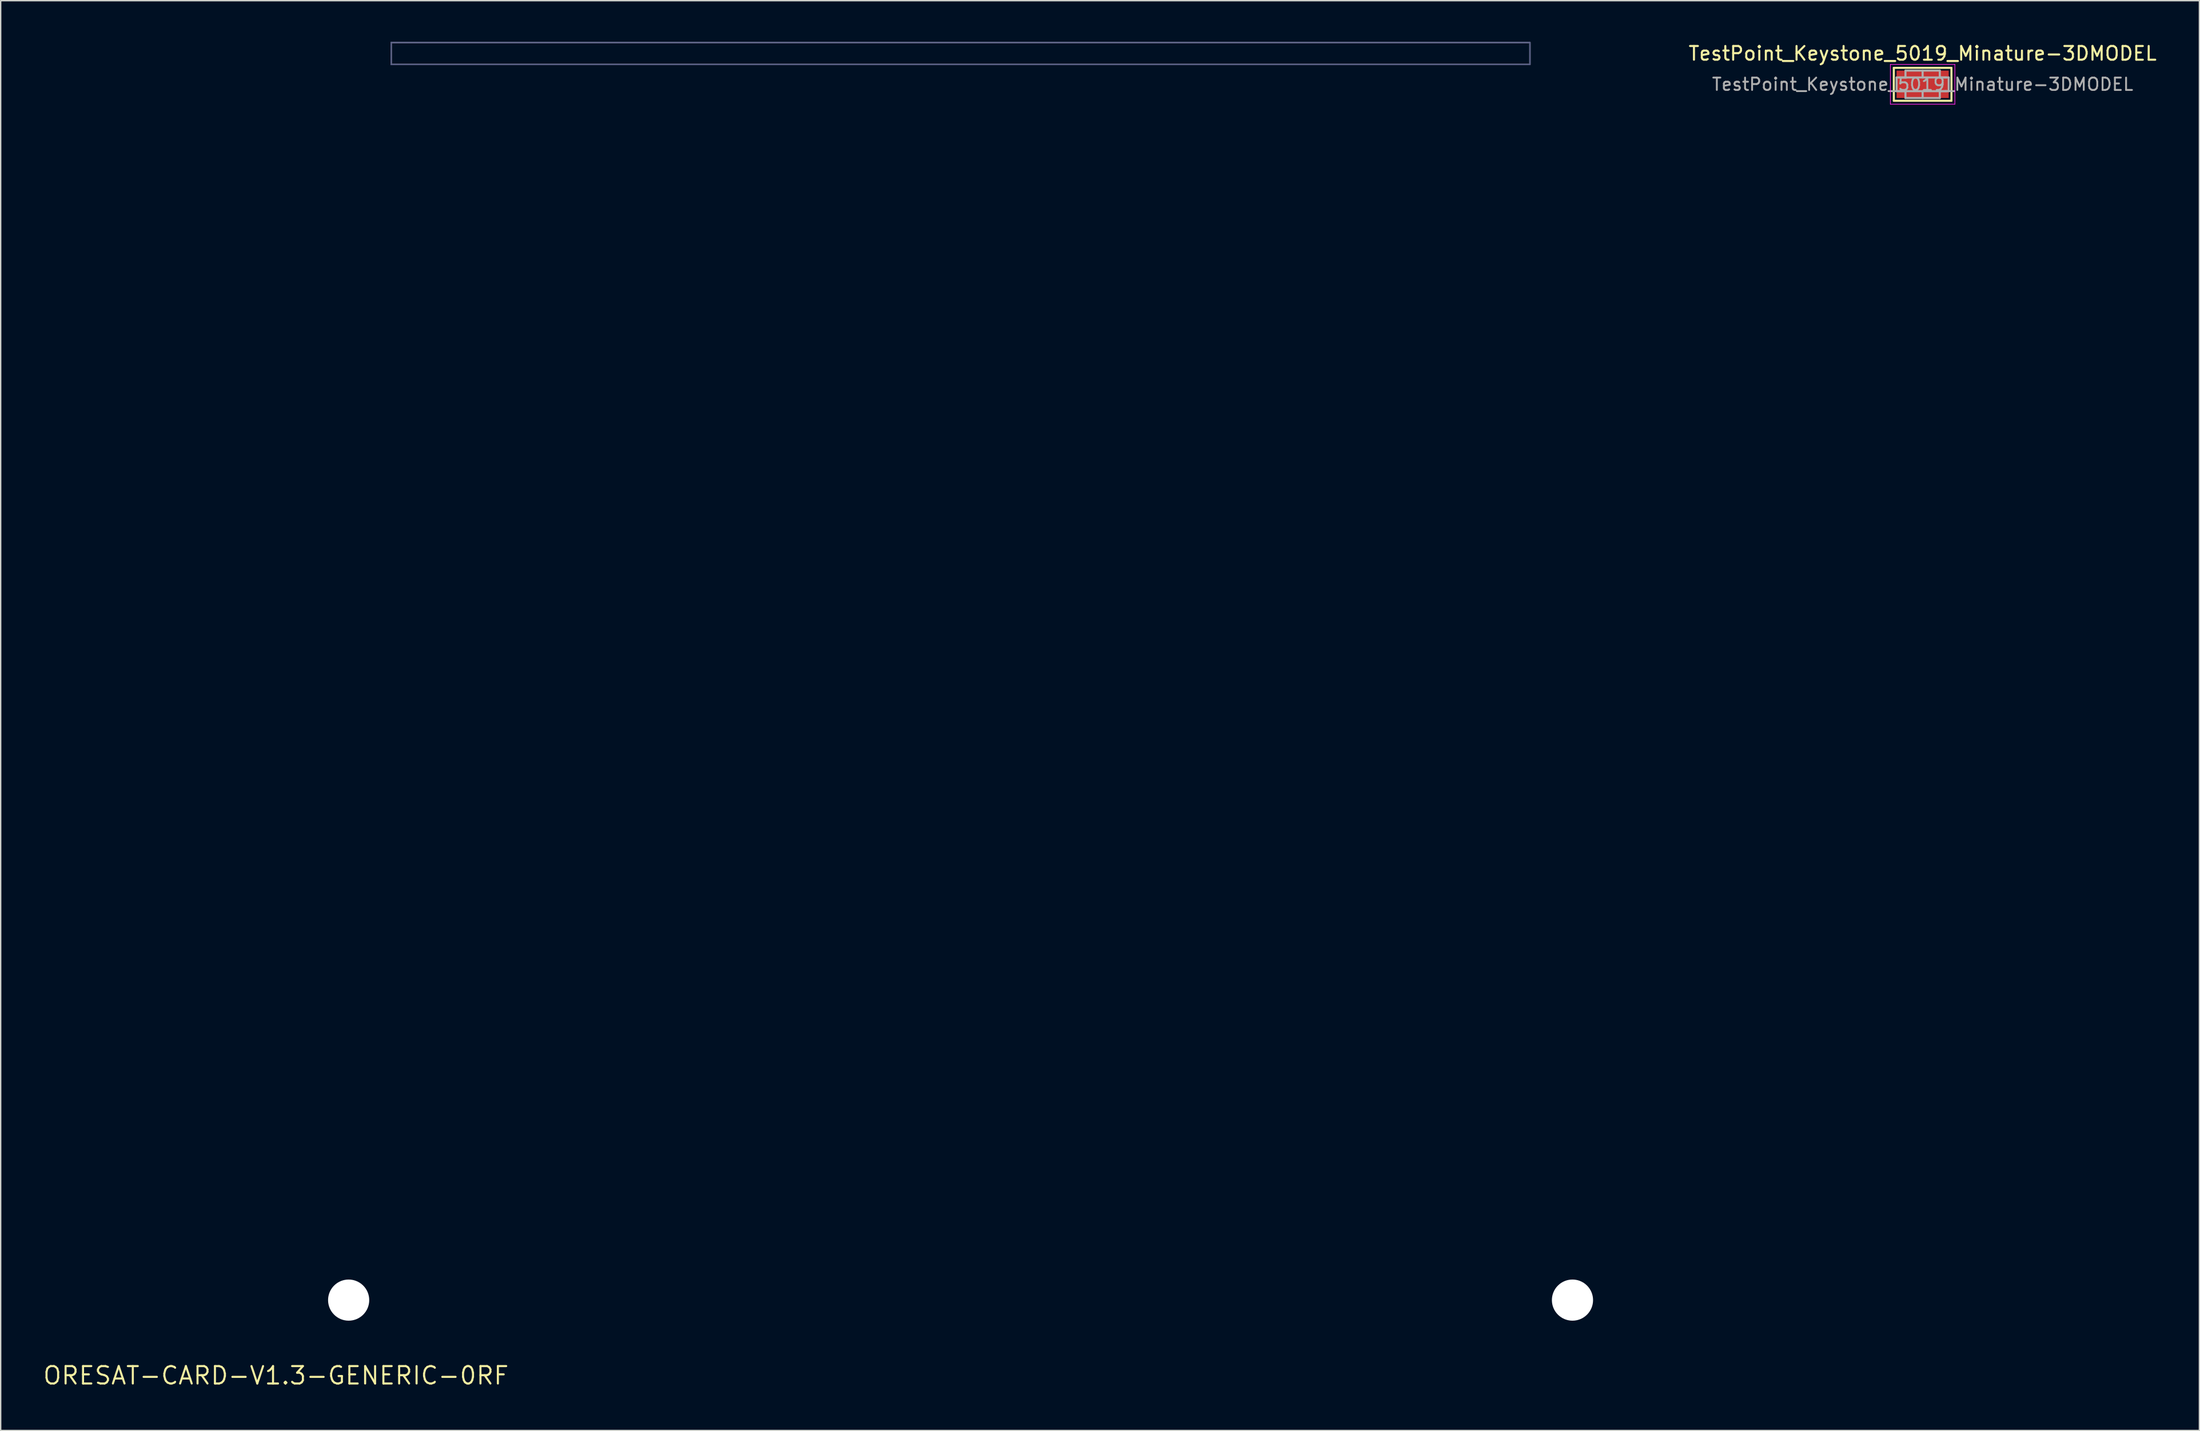
<source format=kicad_pcb>
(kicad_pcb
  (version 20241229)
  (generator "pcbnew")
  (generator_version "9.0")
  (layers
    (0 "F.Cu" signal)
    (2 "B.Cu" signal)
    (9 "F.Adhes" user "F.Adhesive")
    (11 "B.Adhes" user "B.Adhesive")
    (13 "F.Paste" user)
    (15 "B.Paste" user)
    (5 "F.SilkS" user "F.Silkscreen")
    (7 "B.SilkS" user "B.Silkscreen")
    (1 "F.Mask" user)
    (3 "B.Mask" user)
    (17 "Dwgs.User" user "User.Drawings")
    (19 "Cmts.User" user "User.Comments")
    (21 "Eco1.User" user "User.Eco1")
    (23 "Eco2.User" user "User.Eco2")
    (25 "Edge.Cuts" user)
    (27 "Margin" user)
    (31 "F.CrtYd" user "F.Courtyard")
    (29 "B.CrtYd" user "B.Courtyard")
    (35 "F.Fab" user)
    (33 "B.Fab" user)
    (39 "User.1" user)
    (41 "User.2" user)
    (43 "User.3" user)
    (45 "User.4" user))
  (footprint "ORESAT-CARD-V1.3-GENERIC-0RF"
    (layer "F.Cu")
    (at 17.062 97.25)
    (property "Reference" "ORESAT-CARD-V1.3-GENERIC-0RF" (at 0 0 0) (layer "F.SilkS") (effects (font (size 1.27 1.27) (thickness 0.15))))
    (fp_poly (pts (xy 2.75 -8.55) (xy 0.497 -8.55) (xy 0.358 -8.568) (xy 0.225 -8.623) (xy 0.111 -8.711) (xy 0.021 -8.827) (xy -0.05 -9.093) (xy -0.05 -88.821) (xy 2.75 -91.621)) (stroke (width 0) (type solid)) (fill yes) (layer "F.Mask"))
    (fp_poly (pts (xy 99.85 -88.822) (xy 99.85 -9.097) (xy 99.832 -8.958) (xy 99.777 -8.825) (xy 99.689 -8.711) (xy 99.575 -8.623) (xy 99.442 -8.568) (xy 99.303 -8.55) (xy 97.05 -8.55) (xy 97.05 -91.414)) (stroke (width 0) (type solid)) (fill yes) (layer "F.Mask"))
    (fp_poly (pts (xy 84.35 -0.497) (xy 84.332 -0.358) (xy 84.277 -0.225) (xy 84.189 -0.111) (xy 84.075 -0.023) (xy 83.942 0.032) (xy 83.803 0.05) (xy 15.997 0.05) (xy 15.858 0.032) (xy 15.725 -0.023) (xy 15.611 -0.111) (xy 15.521 -0.227) (xy 15.45 -0.493) (xy 15.45 -2.65) (xy 84.35 -2.65)) (stroke (width 0) (type solid)) (fill yes) (layer "F.Mask"))
    (fp_poly (pts (xy 2.75 -8.55) (xy 0.497 -8.55) (xy 0.358 -8.568) (xy 0.225 -8.623) (xy 0.111 -8.711) (xy 0.021 -8.827) (xy -0.05 -9.093) (xy -0.05 -88.821) (xy 2.75 -91.621)) (stroke (width 0) (type solid)) (fill yes) (layer "B.Mask"))
    (fp_poly (pts (xy 99.85 -88.822) (xy 99.85 -9.097) (xy 99.832 -8.958) (xy 99.777 -8.825) (xy 99.689 -8.711) (xy 99.575 -8.623) (xy 99.442 -8.568) (xy 99.303 -8.55) (xy 97.05 -8.55) (xy 97.05 -91.414)) (stroke (width 0) (type solid)) (fill yes) (layer "B.Mask"))
    (fp_poly (pts (xy 84.35 -0.497) (xy 84.332 -0.358) (xy 84.277 -0.225) (xy 84.189 -0.111) (xy 84.075 -0.023) (xy 83.942 0.032) (xy 83.803 0.05) (xy 15.997 0.05) (xy 15.858 0.032) (xy 15.725 -0.023) (xy 15.611 -0.111) (xy 15.521 -0.227) (xy 15.45 -0.493) (xy 15.45 -2.65) (xy 84.35 -2.65)) (stroke (width 0) (type solid)) (fill yes) (layer "B.Mask"))
    (fp_line (start 0 -88.8) (end 0 -9.1) (stroke (width 0.001) (type solid)) (layer "Cmts.User"))
    (fp_line (start 0.5 -8.6) (end 2.25 -8.6) (stroke (width 0.001) (type solid)) (layer "Cmts.User"))
    (fp_line (start 2.5 -91.3) (end 2.5 -8.6) (stroke (width 0.001) (type solid)) (layer "Cmts.User"))
    (fp_line (start 2.75 -8.1) (end 2.75 -3.4) (stroke (width 0.001) (type solid)) (layer "Cmts.User"))
    (fp_line (start 3.25 -2.9) (end 4.6 -2.9) (stroke (width 0.001) (type solid)) (layer "Cmts.User"))
    (fp_line (start 4.6 -93.4) (end 0 -88.8) (stroke (width 0.001) (type solid)) (layer "Cmts.User"))
    (fp_line (start 4.6 -2.9) (end 4.6 -93.4) (stroke (width 0.001) (type solid)) (layer "Cmts.User"))
    (fp_line (start 4.6 -2.9) (end 15 -2.9) (stroke (width 0.001) (type solid)) (layer "Cmts.User"))
    (fp_line (start 5.8 -94.6) (end 4.6 -93.4) (stroke (width 0.001) (type solid)) (layer "Cmts.User"))
    (fp_line (start 8.4 -95.6) (end 8.4 -97.2) (stroke (width 0.001) (type solid)) (layer "Cmts.User"))
    (fp_line (start 8.4 -2.9) (end 8.4 -94.6) (stroke (width 0.001) (type solid)) (layer "Cmts.User"))
    (fp_line (start 8.668 -94.6) (end 5.8 -94.6) (stroke (width 0.001) (type solid)) (layer "Cmts.User"))
    (fp_line (start 9.873 -87.9) (end 56.421 -87.9) (stroke (width 0.001) (type solid)) (layer "Cmts.User"))
    (fp_line (start 15.5 -2.4) (end 15.5 -0.5) (stroke (width 0.001) (type solid)) (layer "Cmts.User"))
    (fp_line (start 15.5 -2.4) (end 84.3 -2.4) (stroke (width 0.001) (type solid)) (layer "Cmts.User"))
    (fp_line (start 16 0) (end 83.8 0) (stroke (width 0.001) (type solid)) (layer "Cmts.User"))
    (fp_line (start 21.9 -89.9) (end 21.9 -85.9) (stroke (width 0.001) (type solid)) (layer "Cmts.User"))
    (fp_line (start 31.668 -94.6) (end 12.132 -94.6) (stroke (width 0.001) (type solid)) (layer "Cmts.User"))
    (fp_line (start 49.9 -44.572) (end 49.9 -89.9) (stroke (width 0.001) (type solid)) (layer "Cmts.User"))
    (fp_line (start 64.668 -94.6) (end 35.132 -94.6) (stroke (width 0.001) (type solid)) (layer "Cmts.User"))
    (fp_line (start 84.3 -0.5) (end 84.3 -2.4) (stroke (width 0.001) (type solid)) (layer "Cmts.User"))
    (fp_line (start 84.8 -2.9) (end 95.2 -2.9) (stroke (width 0.001) (type solid)) (layer "Cmts.User"))
    (fp_line (start 87.668 -94.6) (end 68.132 -94.6) (stroke (width 0.001) (type solid)) (layer "Cmts.User"))
    (fp_line (start 91.4 -97.2) (end 8.4 -97.2) (stroke (width 0.001) (type solid)) (layer "Cmts.User"))
    (fp_line (start 91.4 -97.2) (end 91.4 -95.6) (stroke (width 0.001) (type solid)) (layer "Cmts.User"))
    (fp_line (start 91.4 -95.6) (end 8.4 -95.6) (stroke (width 0.001) (type solid)) (layer "Cmts.User"))
    (fp_line (start 91.4 -2.9) (end 91.4 -94.6) (stroke (width 0.001) (type solid)) (layer "Cmts.User"))
    (fp_line (start 94 -94.6) (end 91.132 -94.6) (stroke (width 0.001) (type solid)) (layer "Cmts.User"))
    (fp_line (start 95.2 -93.4) (end 94 -94.6) (stroke (width 0.001) (type solid)) (layer "Cmts.User"))
    (fp_line (start 95.2 -2.9) (end 95.2 -93.4) (stroke (width 0.001) (type solid)) (layer "Cmts.User"))
    (fp_line (start 95.2 -2.9) (end 96.55 -2.9) (stroke (width 0.001) (type solid)) (layer "Cmts.User"))
    (fp_line (start 97.05 -3.4) (end 97.05 -8.1) (stroke (width 0.001) (type solid)) (layer "Cmts.User"))
    (fp_line (start 97.3 -8.55) (end 97.3 -91.3) (stroke (width 0.001) (type solid)) (layer "Cmts.User"))
    (fp_line (start 97.55 -8.6) (end 99.3 -8.6) (stroke (width 0.001) (type solid)) (layer "Cmts.User"))
    (fp_line (start 99.8 -88.8) (end 95.2 -93.4) (stroke (width 0.001) (type solid)) (layer "Cmts.User"))
    (fp_line (start 99.8 -9.1) (end 99.8 -88.8) (stroke (width 0.001) (type solid)) (layer "Cmts.User"))
    (fp_arc (start 0.5 -8.6) (mid 0.146447 -8.746447) (end 0 -9.1) (stroke (width 0.001) (type solid)) (layer "Cmts.User"))
    (fp_arc (start 2.25 -8.6) (mid 2.603553 -8.453553) (end 2.75 -8.1) (stroke (width 0.001) (type solid)) (layer "Cmts.User"))
    (fp_arc (start 3.25 -2.9) (mid 2.896447 -3.046447) (end 2.75 -3.4) (stroke (width 0.001) (type solid)) (layer "Cmts.User"))
    (fp_arc (start 12.13205 -94.6) (mid 10.400001 -93.6) (end 8.667951 -94.599999) (stroke (width 0.001) (type solid)) (layer "Cmts.User"))
    (fp_arc (start 15 -2.9) (mid 15.353553 -2.753553) (end 15.5 -2.4) (stroke (width 0.001) (type solid)) (layer "Cmts.User"))
    (fp_arc (start 16 0) (mid 15.646447 -0.146447) (end 15.5 -0.5) (stroke (width 0.001) (type solid)) (layer "Cmts.User"))
    (fp_arc (start 35.13205 -94.6) (mid 33.400001 -93.6) (end 31.667951 -94.599999) (stroke (width 0.001) (type solid)) (layer "Cmts.User"))
    (fp_arc (start 68.13205 -94.6) (mid 66.400001 -93.6) (end 64.667951 -94.599999) (stroke (width 0.001) (type solid)) (layer "Cmts.User"))
    (fp_arc (start 84.3 -2.4) (mid 84.446447 -2.753553) (end 84.8 -2.9) (stroke (width 0.001) (type solid)) (layer "Cmts.User"))
    (fp_arc (start 84.3 -0.5) (mid 84.153553 -0.146447) (end 83.8 0) (stroke (width 0.001) (type solid)) (layer "Cmts.User"))
    (fp_arc (start 91.13205 -94.6) (mid 89.400001 -93.6) (end 87.667951 -94.599999) (stroke (width 0.001) (type solid)) (layer "Cmts.User"))
    (fp_arc (start 97.05 -8.1) (mid 97.196447 -8.453553) (end 97.55 -8.6) (stroke (width 0.001) (type solid)) (layer "Cmts.User"))
    (fp_arc (start 97.05 -3.4) (mid 96.903553 -3.046447) (end 96.55 -2.9) (stroke (width 0.001) (type solid)) (layer "Cmts.User"))
    (fp_arc (start 99.8 -9.1) (mid 99.653553 -8.746447) (end 99.3 -8.6) (stroke (width 0.001) (type solid)) (layer "Cmts.User"))
    (fp_circle (center 49.9 -49.8) (end 52.4 -49.8) (stroke (width 0.001) (type solid)) (fill no) (layer "Cmts.User"))
    (fp_line (start 0 -88.8) (end 0 -9.1) (stroke (width 0.001) (type solid)) (layer "Edge.Cuts"))
    (fp_line (start 0.5 -8.6) (end 2.25 -8.6) (stroke (width 0.001) (type solid)) (layer "Edge.Cuts"))
    (fp_line (start 2.75 -8.1) (end 2.75 -3.4) (stroke (width 0.001) (type solid)) (layer "Edge.Cuts"))
    (fp_line (start 3.25 -2.9) (end 15 -2.9) (stroke (width 0.001) (type solid)) (layer "Edge.Cuts"))
    (fp_line (start 5.8 -94.6) (end 0 -88.8) (stroke (width 0.001) (type solid)) (layer "Edge.Cuts"))
    (fp_line (start 8.668 -94.6) (end 5.8 -94.6) (stroke (width 0.001) (type solid)) (layer "Edge.Cuts"))
    (fp_line (start 15.5 -2.4) (end 15.5 -0.5) (stroke (width 0.001) (type solid)) (layer "Edge.Cuts"))
    (fp_line (start 16 0) (end 83.8 0) (stroke (width 0.001) (type solid)) (layer "Edge.Cuts"))
    (fp_line (start 31.668 -94.6) (end 12.132 -94.6) (stroke (width 0.001) (type solid)) (layer "Edge.Cuts"))
    (fp_line (start 64.668 -94.6) (end 35.132 -94.6) (stroke (width 0.001) (type solid)) (layer "Edge.Cuts"))
    (fp_line (start 84.3 -0.5) (end 84.3 -2.4) (stroke (width 0.001) (type solid)) (layer "Edge.Cuts"))
    (fp_line (start 84.8 -2.9) (end 96.55 -2.9) (stroke (width 0.001) (type solid)) (layer "Edge.Cuts"))
    (fp_line (start 87.668 -94.6) (end 68.132 -94.6) (stroke (width 0.001) (type solid)) (layer "Edge.Cuts"))
    (fp_line (start 94 -94.6) (end 91.132 -94.6) (stroke (width 0.001) (type solid)) (layer "Edge.Cuts"))
    (fp_line (start 97.05 -3.4) (end 97.05 -8.1) (stroke (width 0.001) (type solid)) (layer "Edge.Cuts"))
    (fp_line (start 97.55 -8.6) (end 99.3 -8.6) (stroke (width 0.001) (type solid)) (layer "Edge.Cuts"))
    (fp_line (start 99.8 -88.8) (end 94 -94.6) (stroke (width 0.001) (type solid)) (layer "Edge.Cuts"))
    (fp_line (start 99.8 -9.1) (end 99.8 -88.8) (stroke (width 0.001) (type solid)) (layer "Edge.Cuts"))
    (fp_arc (start 0.5 -8.6) (mid 0.146447 -8.746447) (end 0 -9.1) (stroke (width 0.001) (type solid)) (layer "Edge.Cuts"))
    (fp_arc (start 2.25 -8.6) (mid 2.603553 -8.453553) (end 2.75 -8.1) (stroke (width 0.001) (type solid)) (layer "Edge.Cuts"))
    (fp_arc (start 3.25 -2.9) (mid 2.896447 -3.046447) (end 2.75 -3.4) (stroke (width 0.001) (type solid)) (layer "Edge.Cuts"))
    (fp_arc (start 12.132049 -94.599999) (mid 10.399999 -93.600001) (end 8.66795 -94.6) (stroke (width 0.001) (type solid)) (layer "Edge.Cuts"))
    (fp_arc (start 15 -2.9) (mid 15.353553 -2.753553) (end 15.5 -2.4) (stroke (width 0.001) (type solid)) (layer "Edge.Cuts"))
    (fp_arc (start 16 0) (mid 15.646447 -0.146447) (end 15.5 -0.5) (stroke (width 0.001) (type solid)) (layer "Edge.Cuts"))
    (fp_arc (start 35.132049 -94.599999) (mid 33.399999 -93.600001) (end 31.66795 -94.6) (stroke (width 0.001) (type solid)) (layer "Edge.Cuts"))
    (fp_arc (start 68.13205 -94.6) (mid 66.400001 -93.6) (end 64.667951 -94.599999) (stroke (width 0.001) (type solid)) (layer "Edge.Cuts"))
    (fp_arc (start 84.3 -2.4) (mid 84.446447 -2.753553) (end 84.8 -2.9) (stroke (width 0.001) (type solid)) (layer "Edge.Cuts"))
    (fp_arc (start 84.3 -0.5) (mid 84.153553 -0.146447) (end 83.8 0) (stroke (width 0.001) (type solid)) (layer "Edge.Cuts"))
    (fp_arc (start 91.13205 -94.6) (mid 89.400001 -93.6) (end 87.667951 -94.599999) (stroke (width 0.001) (type solid)) (layer "Edge.Cuts"))
    (fp_arc (start 97.05 -8.1) (mid 97.196447 -8.453553) (end 97.55 -8.6) (stroke (width 0.001) (type solid)) (layer "Edge.Cuts"))
    (fp_arc (start 97.05 -3.4) (mid 96.903553 -3.046447) (end 96.55 -2.9) (stroke (width 0.001) (type solid)) (layer "Edge.Cuts"))
    (fp_arc (start 99.8 -9.1) (mid 99.653553 -8.746447) (end 99.3 -8.6) (stroke (width 0.001) (type solid)) (layer "Edge.Cuts"))
    (fp_line (start 4.6 -2.9) (end 4.6 -93.4) (stroke (width 0.001) (type solid)) (layer "B.CrtYd"))
    (fp_line (start 95.2 -2.9) (end 95.2 -93.4) (stroke (width 0.001) (type solid)) (layer "B.CrtYd"))
    (fp_line (start 4.6 -2.9) (end 4.6 -93.4) (stroke (width 0.001) (type solid)) (layer "F.CrtYd"))
    (fp_line (start 95.2 -2.9) (end 95.2 -93.4) (stroke (width 0.001) (type solid)) (layer "F.CrtYd"))
    (fp_line (start 4.6 -2.9) (end 4.6 -93.4) (stroke (width 0.001) (type solid)) (layer "B.Fab"))
    (fp_line (start 8.4 -2.9) (end 8.4 -94.6) (stroke (width 0.001) (type solid)) (layer "B.Fab"))
    (fp_line (start 91.4 -2.9) (end 91.4 -94.6) (stroke (width 0.001) (type solid)) (layer "B.Fab"))
    (fp_line (start 95.2 -2.9) (end 95.2 -93.4) (stroke (width 0.001) (type solid)) (layer "B.Fab"))
    (fp_poly (pts (xy 8.4 -95.6) (xy 91.4 -95.6) (xy 91.4 -97.2) (xy 8.4 -97.2)) (stroke (width 0.1) (type solid)) (fill no) (layer "B.Fab"))
    (fp_line (start 4.6 -2.9) (end 4.6 -93.4) (stroke (width 0.001) (type solid)) (layer "F.Fab"))
    (fp_line (start 8.4 -2.9) (end 8.4 -94.6) (stroke (width 0.001) (type solid)) (layer "F.Fab"))
    (fp_line (start 20.9 -87.894) (end 22.9 -87.894) (stroke (width 0.001) (type solid)) (layer "F.Fab"))
    (fp_line (start 21.9 -88.894) (end 21.9 -86.894) (stroke (width 0.001) (type solid)) (layer "F.Fab"))
    (fp_line (start 48.9 -87.894) (end 50.9 -87.894) (stroke (width 0.001) (type solid)) (layer "F.Fab"))
    (fp_line (start 48.9 -49.8) (end 50.9 -49.8) (stroke (width 0.001) (type solid)) (layer "F.Fab"))
    (fp_line (start 49.9 -88.894) (end 49.9 -86.894) (stroke (width 0.001) (type solid)) (layer "F.Fab"))
    (fp_line (start 49.9 -50.8) (end 49.9 -48.8) (stroke (width 0.001) (type solid)) (layer "F.Fab"))
    (fp_line (start 91.4 -2.9) (end 91.4 -94.6) (stroke (width 0.001) (type solid)) (layer "F.Fab"))
    (fp_line (start 95.2 -2.9) (end 95.2 -93.4) (stroke (width 0.001) (type solid)) (layer "F.Fab"))
    (fp_circle (center 21.9 -87.894) (end 22.4 -87.894) (stroke (width 0.001) (type solid)) (fill no) (layer "F.Fab"))
    (fp_circle (center 49.9 -87.894) (end 50.4 -87.894) (stroke (width 0.001) (type solid)) (fill no) (layer "F.Fab"))
    (fp_circle (center 49.9 -49.8) (end 50.4 -49.8) (stroke (width 0.001) (type solid)) (fill no) (layer "F.Fab"))
    (fp_poly (pts (xy 8.4 -95.6) (xy 91.4 -95.6) (xy 91.4 -97.2) (xy 8.4 -97.2)) (stroke (width 0.1) (type solid)) (fill no) (layer "F.Fab"))
    (pad "" np_thru_hole circle (at 5.3 -5.5) (size 3 3) (drill 3) (layers "*.Cu" "*.Mask"))
    (pad "" np_thru_hole circle (at 94.5 -5.5) (size 3 3) (drill 3) (layers "*.Cu" "*.Mask")))
  (footprint "TestPoint_Keystone_5019_Minature-3DMODEL"
    (layer "F.Cu")
    (at 137.084 3.098)
    (property "Reference" "TestPoint_Keystone_5019_Minature-3DMODEL" (at 0 -2.25 0) (layer "F.SilkS") (effects (font (size 1 1) (thickness 0.15))))
    (attr smd)
    (fp_line (start -2.1 -1.2) (end 2.1 -1.2) (stroke (width 0.15) (type solid)) (layer "F.SilkS"))
    (fp_line (start -2.1 1.2) (end -2.1 -1.2) (stroke (width 0.15) (type solid)) (layer "F.SilkS"))
    (fp_line (start 2.1 -1.2) (end 2.1 1.2) (stroke (width 0.15) (type solid)) (layer "F.SilkS"))
    (fp_line (start 2.1 1.2) (end -2.1 1.2) (stroke (width 0.15) (type solid)) (layer "F.SilkS"))
    (fp_line (start -2.35 -1.45) (end 2.35 -1.45) (stroke (width 0.05) (type solid)) (layer "F.CrtYd"))
    (fp_line (start -2.35 1.45) (end -2.35 -1.45) (stroke (width 0.05) (type solid)) (layer "F.CrtYd"))
    (fp_line (start 2.35 -1.45) (end 2.35 1.45) (stroke (width 0.05) (type solid)) (layer "F.CrtYd"))
    (fp_line (start 2.35 1.45) (end -2.35 1.45) (stroke (width 0.05) (type solid)) (layer "F.CrtYd"))
    (fp_line (start -1.9 -0.5) (end -1.9 0.5) (stroke (width 0.15) (type solid)) (layer "F.Fab"))
    (fp_line (start -1.9 -0.5) (end 1.9 -0.5) (stroke (width 0.15) (type solid)) (layer "F.Fab"))
    (fp_line (start -1.75 0.5) (end -1.25 0.5) (stroke (width 0.15) (type solid)) (layer "F.Fab"))
    (fp_line (start -1.25 -1) (end -1.25 -0.5) (stroke (width 0.15) (type solid)) (layer "F.Fab"))
    (fp_line (start -1.25 -0.5) (end -1.75 -0.5) (stroke (width 0.15) (type solid)) (layer "F.Fab"))
    (fp_line (start -1.25 0.5) (end -1.25 1) (stroke (width 0.15) (type solid)) (layer "F.Fab"))
    (fp_line (start -1.25 1) (end 1.25 1) (stroke (width 0.15) (type solid)) (layer "F.Fab"))
    (fp_line (start 0 -1) (end 0 -0.5) (stroke (width 0.15) (type solid)) (layer "F.Fab"))
    (fp_line (start 0 0.5) (end 0 1) (stroke (width 0.15) (type solid)) (layer "F.Fab"))
    (fp_line (start 1.25 -1) (end -1.25 -1) (stroke (width 0.15) (type solid)) (layer "F.Fab"))
    (fp_line (start 1.25 -0.5) (end 1.25 -1) (stroke (width 0.15) (type solid)) (layer "F.Fab"))
    (fp_line (start 1.25 0.5) (end 1.75 0.5) (stroke (width 0.15) (type solid)) (layer "F.Fab"))
    (fp_line (start 1.25 1) (end 1.25 0.5) (stroke (width 0.15) (type solid)) (layer "F.Fab"))
    (fp_line (start 1.75 -0.5) (end 1.25 -0.5) (stroke (width 0.15) (type solid)) (layer "F.Fab"))
    (fp_line (start 1.9 0.5) (end -1.9 0.5) (stroke (width 0.15) (type solid)) (layer "F.Fab"))
    (fp_line (start 1.9 0.5) (end 1.9 -0.5) (stroke (width 0.15) (type solid)) (layer "F.Fab"))
    (fp_text user "${REFERENCE}" (at 0 0 0) (layer "F.Fab") (effects (font (size 0.9 0.9) (thickness 0.135))))
    (pad "1" smd rect (at 0 0) (size 3.8 2) (layers "F.Cu" "F.Mask" "F.Paste")))
  (gr_rect
    (start -3 -3)
    (end 157.257 101.256)
    (stroke (width 0.1) (type default))
    (fill no)
    (layer "Edge.Cuts")))
</source>
